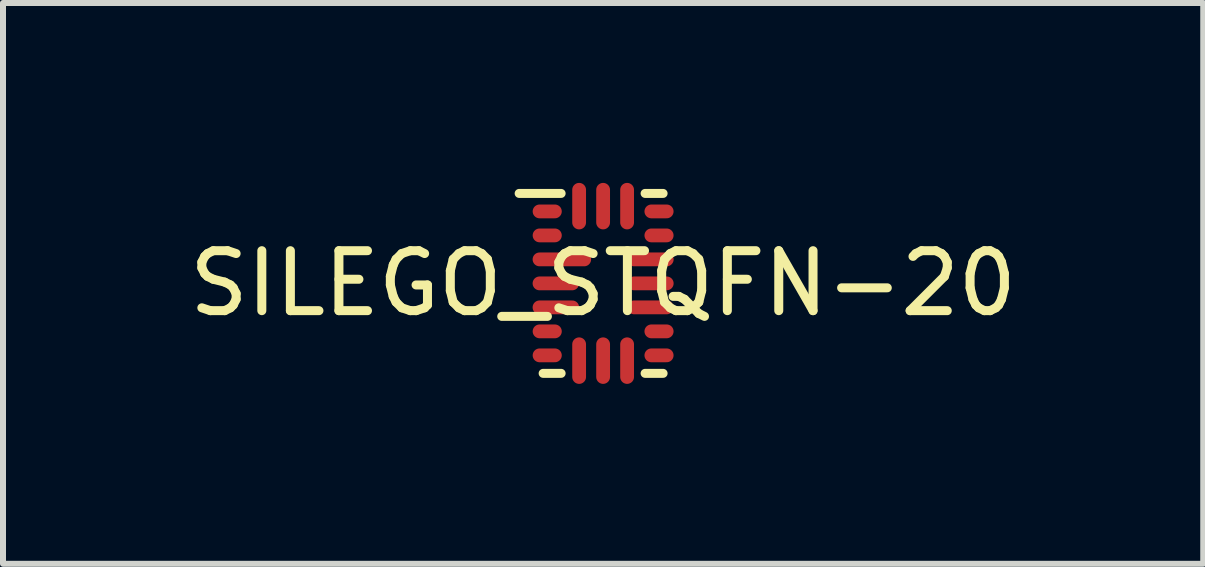
<source format=kicad_pcb>
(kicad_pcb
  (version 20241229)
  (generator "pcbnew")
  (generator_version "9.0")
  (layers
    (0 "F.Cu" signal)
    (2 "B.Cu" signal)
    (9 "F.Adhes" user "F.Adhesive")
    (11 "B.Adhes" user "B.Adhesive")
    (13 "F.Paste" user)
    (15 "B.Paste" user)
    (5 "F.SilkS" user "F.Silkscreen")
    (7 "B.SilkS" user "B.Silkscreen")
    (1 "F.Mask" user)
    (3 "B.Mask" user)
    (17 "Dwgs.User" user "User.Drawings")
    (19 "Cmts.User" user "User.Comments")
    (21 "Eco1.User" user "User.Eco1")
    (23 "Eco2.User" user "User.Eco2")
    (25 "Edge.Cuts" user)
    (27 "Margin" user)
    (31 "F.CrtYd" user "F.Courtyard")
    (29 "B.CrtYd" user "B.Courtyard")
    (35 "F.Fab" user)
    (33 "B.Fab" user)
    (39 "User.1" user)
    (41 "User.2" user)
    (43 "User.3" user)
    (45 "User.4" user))
  (footprint "SILEGO_STQFN-20"
    (layer "F.Cu")
    (at 7.006 1.675)
    (property "Reference" "SILEGO_STQFN-20" (at 0 0 0) (layer "F.SilkS") (effects (font (size 1 1) (thickness 0.15))))
    (attr through_hole)
    (fp_line (start -1.4 -1.5) (end -0.7 -1.5) (stroke (width 0.15) (type solid)) (layer "F.SilkS"))
    (fp_line (start -1 1.5) (end -0.7 1.5) (stroke (width 0.15) (type solid)) (layer "F.SilkS"))
    (fp_line (start 0.7 -1.5) (end 1 -1.5) (stroke (width 0.15) (type solid)) (layer "F.SilkS"))
    (fp_line (start 0.7 1.5) (end 1 1.5) (stroke (width 0.15) (type solid)) (layer "F.SilkS"))
    (pad "1" smd oval (at -1 -1.2) (size 0.485 0.23) (drill (offset 0.068 0)) (layers "F.Cu" "F.Mask" "F.Paste"))
    (pad "2" smd oval (at -1 -0.8) (size 0.485 0.23) (drill (offset 0.068 0)) (layers "F.Cu" "F.Mask" "F.Paste"))
    (pad "3" smd oval (at -1 -0.4) (size 0.975 0.23) (drill (offset 0.312 0)) (layers "F.Cu" "F.Mask" "F.Paste"))
    (pad "4" smd oval (at -1 0) (size 0.775 0.23) (drill (offset 0.212 0)) (layers "F.Cu" "F.Mask" "F.Paste"))
    (pad "5" smd oval (at -1 0.4) (size 0.775 0.23) (drill (offset 0.212 0)) (layers "F.Cu" "F.Mask" "F.Paste"))
    (pad "6" smd oval (at -1 0.8) (size 0.485 0.23) (drill (offset 0.068 0)) (layers "F.Cu" "F.Mask" "F.Paste"))
    (pad "7" smd oval (at -1 1.2) (size 0.485 0.23) (drill (offset 0.068 0)) (layers "F.Cu" "F.Mask" "F.Paste"))
    (pad "8" smd oval (at -0.4 1.5 90) (size 0.775 0.23) (drill (offset 0.212 0)) (layers "F.Cu" "F.Mask" "F.Paste"))
    (pad "9" smd oval (at 0 1.5 90) (size 0.775 0.23) (drill (offset 0.212 0)) (layers "F.Cu" "F.Mask" "F.Paste"))
    (pad "10" smd oval (at 0.4 1.5 90) (size 0.775 0.23) (drill (offset 0.212 0)) (layers "F.Cu" "F.Mask" "F.Paste"))
    (pad "11" smd oval (at 1 1.2 180) (size 0.485 0.23) (drill (offset 0.068 0)) (layers "F.Cu" "F.Mask" "F.Paste"))
    (pad "12" smd oval (at 1 0.8 180) (size 0.485 0.23) (drill (offset 0.068 0)) (layers "F.Cu" "F.Mask" "F.Paste"))
    (pad "13" smd oval (at 1 0.4 180) (size 0.775 0.23) (drill (offset 0.212 0)) (layers "F.Cu" "F.Mask" "F.Paste"))
    (pad "14" smd oval (at 1 0 180) (size 0.775 0.23) (drill (offset 0.212 0)) (layers "F.Cu" "F.Mask" "F.Paste"))
    (pad "15" smd oval (at 1 -0.4 180) (size 0.775 0.23) (drill (offset 0.212 0)) (layers "F.Cu" "F.Mask" "F.Paste"))
    (pad "16" smd oval (at 1 -0.8 180) (size 0.485 0.23) (drill (offset 0.068 0)) (layers "F.Cu" "F.Mask" "F.Paste"))
    (pad "17" smd oval (at 1 -1.2 180) (size 0.485 0.23) (drill (offset 0.068 0)) (layers "F.Cu" "F.Mask" "F.Paste"))
    (pad "18" smd oval (at 0.4 -1.5 270) (size 0.775 0.23) (drill (offset 0.212 0)) (layers "F.Cu" "F.Mask" "F.Paste"))
    (pad "19" smd oval (at 0 -1.5 270) (size 0.775 0.23) (drill (offset 0.212 0)) (layers "F.Cu" "F.Mask" "F.Paste"))
    (pad "20" smd oval (at -0.4 -1.5 270) (size 0.775 0.23) (drill (offset 0.212 0)) (layers "F.Cu" "F.Mask" "F.Paste")))
  (gr_rect
    (start -3 -3)
    (end 17.012 6.35)
    (stroke (width 0.1) (type default))
    (fill no)
    (layer "Edge.Cuts")))
</source>
